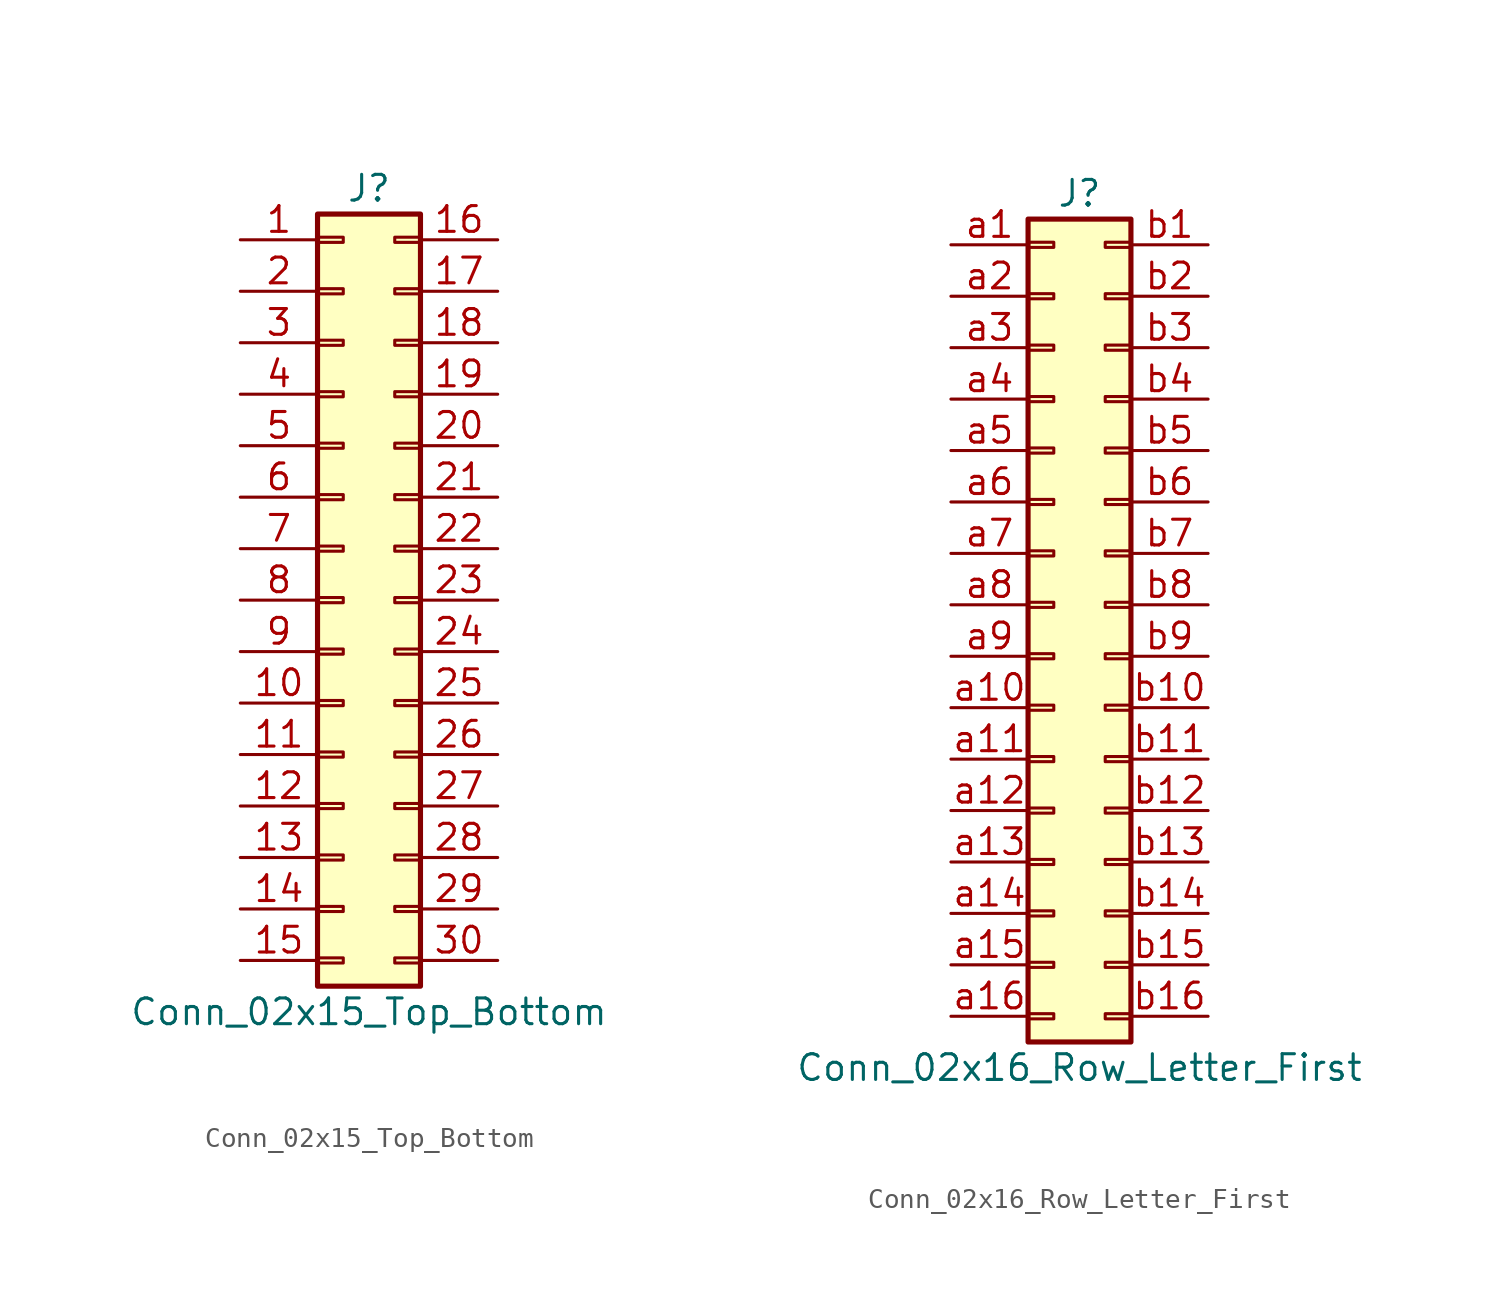
<source format=kicad_sym>
(kicad_symbol_lib
  (version 20211014)
  (generator kicad_symbol_editor)
  (symbol "Conn_02x15_Top_Bottom"
    (pin_names
      (offset 1.016) hide)
    (property "Reference" "J"
      (at 1.27 20.32 0)
      (effects (font (size 1.27 1.27))))
    (property "Value" "Conn_02x15_Top_Bottom"
      (at 1.27 -20.32 0)
      (effects (font (size 1.27 1.27))))
    (symbol "Conn_02x15_Top_Bottom_1_1"
      (rectangle (start -1.27 -17.653) (end 0 -17.907) (stroke (width 0.152) (type default) (color 0 0 0 0)) (fill (type none)))
      (rectangle (start -1.27 -15.113) (end 0 -15.367) (stroke (width 0.152) (type default) (color 0 0 0 0)) (fill (type none)))
      (rectangle (start -1.27 -12.573) (end 0 -12.827) (stroke (width 0.152) (type default) (color 0 0 0 0)) (fill (type none)))
      (rectangle (start -1.27 -10.033) (end 0 -10.287) (stroke (width 0.152) (type default) (color 0 0 0 0)) (fill (type none)))
      (rectangle (start -1.27 -7.493) (end 0 -7.747) (stroke (width 0.152) (type default) (color 0 0 0 0)) (fill (type none)))
      (rectangle (start -1.27 -4.953) (end 0 -5.207) (stroke (width 0.152) (type default) (color 0 0 0 0)) (fill (type none)))
      (rectangle (start -1.27 -2.413) (end 0 -2.667) (stroke (width 0.152) (type default) (color 0 0 0 0)) (fill (type none)))
      (rectangle (start -1.27 0.127) (end 0 -0.127) (stroke (width 0.152) (type default) (color 0 0 0 0)) (fill (type none)))
      (rectangle (start -1.27 2.667) (end 0 2.413) (stroke (width 0.152) (type default) (color 0 0 0 0)) (fill (type none)))
      (rectangle (start -1.27 5.207) (end 0 4.953) (stroke (width 0.152) (type default) (color 0 0 0 0)) (fill (type none)))
      (rectangle (start -1.27 7.747) (end 0 7.493) (stroke (width 0.152) (type default) (color 0 0 0 0)) (fill (type none)))
      (rectangle (start -1.27 10.287) (end 0 10.033) (stroke (width 0.152) (type default) (color 0 0 0 0)) (fill (type none)))
      (rectangle (start -1.27 12.827) (end 0 12.573) (stroke (width 0.152) (type default) (color 0 0 0 0)) (fill (type none)))
      (rectangle (start -1.27 15.367) (end 0 15.113) (stroke (width 0.152) (type default) (color 0 0 0 0)) (fill (type none)))
      (rectangle (start -1.27 17.907) (end 0 17.653) (stroke (width 0.152) (type default) (color 0 0 0 0)) (fill (type none)))
      (rectangle (start -1.27 19.05) (end 3.81 -19.05) (stroke (width 0.254) (type default) (color 0 0 0 0)) (fill (type background)))
      (rectangle (start 3.81 -17.653) (end 2.54 -17.907) (stroke (width 0.152) (type default) (color 0 0 0 0)) (fill (type none)))
      (rectangle (start 3.81 -15.113) (end 2.54 -15.367) (stroke (width 0.152) (type default) (color 0 0 0 0)) (fill (type none)))
      (rectangle (start 3.81 -12.573) (end 2.54 -12.827) (stroke (width 0.152) (type default) (color 0 0 0 0)) (fill (type none)))
      (rectangle (start 3.81 -10.033) (end 2.54 -10.287) (stroke (width 0.152) (type default) (color 0 0 0 0)) (fill (type none)))
      (rectangle (start 3.81 -7.493) (end 2.54 -7.747) (stroke (width 0.152) (type default) (color 0 0 0 0)) (fill (type none)))
      (rectangle (start 3.81 -4.953) (end 2.54 -5.207) (stroke (width 0.152) (type default) (color 0 0 0 0)) (fill (type none)))
      (rectangle (start 3.81 -2.413) (end 2.54 -2.667) (stroke (width 0.152) (type default) (color 0 0 0 0)) (fill (type none)))
      (rectangle (start 3.81 0.127) (end 2.54 -0.127) (stroke (width 0.152) (type default) (color 0 0 0 0)) (fill (type none)))
      (rectangle (start 3.81 2.667) (end 2.54 2.413) (stroke (width 0.152) (type default) (color 0 0 0 0)) (fill (type none)))
      (rectangle (start 3.81 5.207) (end 2.54 4.953) (stroke (width 0.152) (type default) (color 0 0 0 0)) (fill (type none)))
      (rectangle (start 3.81 7.747) (end 2.54 7.493) (stroke (width 0.152) (type default) (color 0 0 0 0)) (fill (type none)))
      (rectangle (start 3.81 10.287) (end 2.54 10.033) (stroke (width 0.152) (type default) (color 0 0 0 0)) (fill (type none)))
      (rectangle (start 3.81 12.827) (end 2.54 12.573) (stroke (width 0.152) (type default) (color 0 0 0 0)) (fill (type none)))
      (rectangle (start 3.81 15.367) (end 2.54 15.113) (stroke (width 0.152) (type default) (color 0 0 0 0)) (fill (type none)))
      (rectangle (start 3.81 17.907) (end 2.54 17.653) (stroke (width 0.152) (type default) (color 0 0 0 0)) (fill (type none)))
      (pin passive line (at -5.08 17.78 0) (length 3.81) (name "Pin_1" (effects (font (size 1.27 1.27)))) (number "1" (effects (font (size 1.27 1.27)))))
      (pin passive line (at -5.08 -5.08 0) (length 3.81) (name "Pin_10" (effects (font (size 1.27 1.27)))) (number "10" (effects (font (size 1.27 1.27)))))
      (pin passive line (at -5.08 -7.62 0) (length 3.81) (name "Pin_11" (effects (font (size 1.27 1.27)))) (number "11" (effects (font (size 1.27 1.27)))))
      (pin passive line (at -5.08 -10.16 0) (length 3.81) (name "Pin_12" (effects (font (size 1.27 1.27)))) (number "12" (effects (font (size 1.27 1.27)))))
      (pin passive line (at -5.08 -12.7 0) (length 3.81) (name "Pin_13" (effects (font (size 1.27 1.27)))) (number "13" (effects (font (size 1.27 1.27)))))
      (pin passive line (at -5.08 -15.24 0) (length 3.81) (name "Pin_14" (effects (font (size 1.27 1.27)))) (number "14" (effects (font (size 1.27 1.27)))))
      (pin passive line (at -5.08 -17.78 0) (length 3.81) (name "Pin_15" (effects (font (size 1.27 1.27)))) (number "15" (effects (font (size 1.27 1.27)))))
      (pin passive line (at 7.62 17.78 180) (length 3.81) (name "Pin_16" (effects (font (size 1.27 1.27)))) (number "16" (effects (font (size 1.27 1.27)))))
      (pin passive line (at 7.62 15.24 180) (length 3.81) (name "Pin_17" (effects (font (size 1.27 1.27)))) (number "17" (effects (font (size 1.27 1.27)))))
      (pin passive line (at 7.62 12.7 180) (length 3.81) (name "Pin_18" (effects (font (size 1.27 1.27)))) (number "18" (effects (font (size 1.27 1.27)))))
      (pin passive line (at 7.62 10.16 180) (length 3.81) (name "Pin_19" (effects (font (size 1.27 1.27)))) (number "19" (effects (font (size 1.27 1.27)))))
      (pin passive line (at -5.08 15.24 0) (length 3.81) (name "Pin_2" (effects (font (size 1.27 1.27)))) (number "2" (effects (font (size 1.27 1.27)))))
      (pin passive line (at 7.62 7.62 180) (length 3.81) (name "Pin_20" (effects (font (size 1.27 1.27)))) (number "20" (effects (font (size 1.27 1.27)))))
      (pin passive line (at 7.62 5.08 180) (length 3.81) (name "Pin_21" (effects (font (size 1.27 1.27)))) (number "21" (effects (font (size 1.27 1.27)))))
      (pin passive line (at 7.62 2.54 180) (length 3.81) (name "Pin_22" (effects (font (size 1.27 1.27)))) (number "22" (effects (font (size 1.27 1.27)))))
      (pin passive line (at 7.62 0 180) (length 3.81) (name "Pin_23" (effects (font (size 1.27 1.27)))) (number "23" (effects (font (size 1.27 1.27)))))
      (pin passive line (at 7.62 -2.54 180) (length 3.81) (name "Pin_24" (effects (font (size 1.27 1.27)))) (number "24" (effects (font (size 1.27 1.27)))))
      (pin passive line (at 7.62 -5.08 180) (length 3.81) (name "Pin_25" (effects (font (size 1.27 1.27)))) (number "25" (effects (font (size 1.27 1.27)))))
      (pin passive line (at 7.62 -7.62 180) (length 3.81) (name "Pin_26" (effects (font (size 1.27 1.27)))) (number "26" (effects (font (size 1.27 1.27)))))
      (pin passive line (at 7.62 -10.16 180) (length 3.81) (name "Pin_27" (effects (font (size 1.27 1.27)))) (number "27" (effects (font (size 1.27 1.27)))))
      (pin passive line (at 7.62 -12.7 180) (length 3.81) (name "Pin_28" (effects (font (size 1.27 1.27)))) (number "28" (effects (font (size 1.27 1.27)))))
      (pin passive line (at 7.62 -15.24 180) (length 3.81) (name "Pin_29" (effects (font (size 1.27 1.27)))) (number "29" (effects (font (size 1.27 1.27)))))
      (pin passive line (at -5.08 12.7 0) (length 3.81) (name "Pin_3" (effects (font (size 1.27 1.27)))) (number "3" (effects (font (size 1.27 1.27)))))
      (pin passive line (at 7.62 -17.78 180) (length 3.81) (name "Pin_30" (effects (font (size 1.27 1.27)))) (number "30" (effects (font (size 1.27 1.27)))))
      (pin passive line (at -5.08 10.16 0) (length 3.81) (name "Pin_4" (effects (font (size 1.27 1.27)))) (number "4" (effects (font (size 1.27 1.27)))))
      (pin passive line (at -5.08 7.62 0) (length 3.81) (name "Pin_5" (effects (font (size 1.27 1.27)))) (number "5" (effects (font (size 1.27 1.27)))))
      (pin passive line (at -5.08 5.08 0) (length 3.81) (name "Pin_6" (effects (font (size 1.27 1.27)))) (number "6" (effects (font (size 1.27 1.27)))))
      (pin passive line (at -5.08 2.54 0) (length 3.81) (name "Pin_7" (effects (font (size 1.27 1.27)))) (number "7" (effects (font (size 1.27 1.27)))))
      (pin passive line (at -5.08 0 0) (length 3.81) (name "Pin_8" (effects (font (size 1.27 1.27)))) (number "8" (effects (font (size 1.27 1.27)))))
      (pin passive line (at -5.08 -2.54 0) (length 3.81) (name "Pin_9" (effects (font (size 1.27 1.27)))) (number "9" (effects (font (size 1.27 1.27)))))))
  (symbol "Conn_02x16_Row_Letter_First"
    (pin_names
      (offset 1.016) hide)
    (property "Reference" "J"
      (at 1.27 20.32 0)
      (effects (font (size 1.27 1.27))))
    (property "Value" "Conn_02x16_Row_Letter_First"
      (at 1.27 -22.86 0)
      (effects (font (size 1.27 1.27))))
    (symbol "Conn_02x16_Row_Letter_First_1_1"
      (rectangle (start -1.27 -20.193) (end 0 -20.447) (stroke (width 0.152) (type default) (color 0 0 0 0)) (fill (type none)))
      (rectangle (start -1.27 -17.653) (end 0 -17.907) (stroke (width 0.152) (type default) (color 0 0 0 0)) (fill (type none)))
      (rectangle (start -1.27 -15.113) (end 0 -15.367) (stroke (width 0.152) (type default) (color 0 0 0 0)) (fill (type none)))
      (rectangle (start -1.27 -12.573) (end 0 -12.827) (stroke (width 0.152) (type default) (color 0 0 0 0)) (fill (type none)))
      (rectangle (start -1.27 -10.033) (end 0 -10.287) (stroke (width 0.152) (type default) (color 0 0 0 0)) (fill (type none)))
      (rectangle (start -1.27 -7.493) (end 0 -7.747) (stroke (width 0.152) (type default) (color 0 0 0 0)) (fill (type none)))
      (rectangle (start -1.27 -4.953) (end 0 -5.207) (stroke (width 0.152) (type default) (color 0 0 0 0)) (fill (type none)))
      (rectangle (start -1.27 -2.413) (end 0 -2.667) (stroke (width 0.152) (type default) (color 0 0 0 0)) (fill (type none)))
      (rectangle (start -1.27 0.127) (end 0 -0.127) (stroke (width 0.152) (type default) (color 0 0 0 0)) (fill (type none)))
      (rectangle (start -1.27 2.667) (end 0 2.413) (stroke (width 0.152) (type default) (color 0 0 0 0)) (fill (type none)))
      (rectangle (start -1.27 5.207) (end 0 4.953) (stroke (width 0.152) (type default) (color 0 0 0 0)) (fill (type none)))
      (rectangle (start -1.27 7.747) (end 0 7.493) (stroke (width 0.152) (type default) (color 0 0 0 0)) (fill (type none)))
      (rectangle (start -1.27 10.287) (end 0 10.033) (stroke (width 0.152) (type default) (color 0 0 0 0)) (fill (type none)))
      (rectangle (start -1.27 12.827) (end 0 12.573) (stroke (width 0.152) (type default) (color 0 0 0 0)) (fill (type none)))
      (rectangle (start -1.27 15.367) (end 0 15.113) (stroke (width 0.152) (type default) (color 0 0 0 0)) (fill (type none)))
      (rectangle (start -1.27 17.907) (end 0 17.653) (stroke (width 0.152) (type default) (color 0 0 0 0)) (fill (type none)))
      (rectangle (start -1.27 19.05) (end 3.81 -21.59) (stroke (width 0.254) (type default) (color 0 0 0 0)) (fill (type background)))
      (rectangle (start 3.81 -20.193) (end 2.54 -20.447) (stroke (width 0.152) (type default) (color 0 0 0 0)) (fill (type none)))
      (rectangle (start 3.81 -17.653) (end 2.54 -17.907) (stroke (width 0.152) (type default) (color 0 0 0 0)) (fill (type none)))
      (rectangle (start 3.81 -15.113) (end 2.54 -15.367) (stroke (width 0.152) (type default) (color 0 0 0 0)) (fill (type none)))
      (rectangle (start 3.81 -12.573) (end 2.54 -12.827) (stroke (width 0.152) (type default) (color 0 0 0 0)) (fill (type none)))
      (rectangle (start 3.81 -10.033) (end 2.54 -10.287) (stroke (width 0.152) (type default) (color 0 0 0 0)) (fill (type none)))
      (rectangle (start 3.81 -7.493) (end 2.54 -7.747) (stroke (width 0.152) (type default) (color 0 0 0 0)) (fill (type none)))
      (rectangle (start 3.81 -4.953) (end 2.54 -5.207) (stroke (width 0.152) (type default) (color 0 0 0 0)) (fill (type none)))
      (rectangle (start 3.81 -2.413) (end 2.54 -2.667) (stroke (width 0.152) (type default) (color 0 0 0 0)) (fill (type none)))
      (rectangle (start 3.81 0.127) (end 2.54 -0.127) (stroke (width 0.152) (type default) (color 0 0 0 0)) (fill (type none)))
      (rectangle (start 3.81 2.667) (end 2.54 2.413) (stroke (width 0.152) (type default) (color 0 0 0 0)) (fill (type none)))
      (rectangle (start 3.81 5.207) (end 2.54 4.953) (stroke (width 0.152) (type default) (color 0 0 0 0)) (fill (type none)))
      (rectangle (start 3.81 7.747) (end 2.54 7.493) (stroke (width 0.152) (type default) (color 0 0 0 0)) (fill (type none)))
      (rectangle (start 3.81 10.287) (end 2.54 10.033) (stroke (width 0.152) (type default) (color 0 0 0 0)) (fill (type none)))
      (rectangle (start 3.81 12.827) (end 2.54 12.573) (stroke (width 0.152) (type default) (color 0 0 0 0)) (fill (type none)))
      (rectangle (start 3.81 15.367) (end 2.54 15.113) (stroke (width 0.152) (type default) (color 0 0 0 0)) (fill (type none)))
      (rectangle (start 3.81 17.907) (end 2.54 17.653) (stroke (width 0.152) (type default) (color 0 0 0 0)) (fill (type none)))
      (pin passive line (at -5.08 17.78 0) (length 3.81) (name "Pin_a1" (effects (font (size 1.27 1.27)))) (number "a1" (effects (font (size 1.27 1.27)))))
      (pin passive line (at -5.08 -5.08 0) (length 3.81) (name "Pin_a10" (effects (font (size 1.27 1.27)))) (number "a10" (effects (font (size 1.27 1.27)))))
      (pin passive line (at -5.08 -7.62 0) (length 3.81) (name "Pin_a11" (effects (font (size 1.27 1.27)))) (number "a11" (effects (font (size 1.27 1.27)))))
      (pin passive line (at -5.08 -10.16 0) (length 3.81) (name "Pin_a12" (effects (font (size 1.27 1.27)))) (number "a12" (effects (font (size 1.27 1.27)))))
      (pin passive line (at -5.08 -12.7 0) (length 3.81) (name "Pin_a13" (effects (font (size 1.27 1.27)))) (number "a13" (effects (font (size 1.27 1.27)))))
      (pin passive line (at -5.08 -15.24 0) (length 3.81) (name "Pin_a14" (effects (font (size 1.27 1.27)))) (number "a14" (effects (font (size 1.27 1.27)))))
      (pin passive line (at -5.08 -17.78 0) (length 3.81) (name "Pin_a15" (effects (font (size 1.27 1.27)))) (number "a15" (effects (font (size 1.27 1.27)))))
      (pin passive line (at -5.08 -20.32 0) (length 3.81) (name "Pin_a16" (effects (font (size 1.27 1.27)))) (number "a16" (effects (font (size 1.27 1.27)))))
      (pin passive line (at -5.08 15.24 0) (length 3.81) (name "Pin_a2" (effects (font (size 1.27 1.27)))) (number "a2" (effects (font (size 1.27 1.27)))))
      (pin passive line (at -5.08 12.7 0) (length 3.81) (name "Pin_a3" (effects (font (size 1.27 1.27)))) (number "a3" (effects (font (size 1.27 1.27)))))
      (pin passive line (at -5.08 10.16 0) (length 3.81) (name "Pin_a4" (effects (font (size 1.27 1.27)))) (number "a4" (effects (font (size 1.27 1.27)))))
      (pin passive line (at -5.08 7.62 0) (length 3.81) (name "Pin_a5" (effects (font (size 1.27 1.27)))) (number "a5" (effects (font (size 1.27 1.27)))))
      (pin passive line (at -5.08 5.08 0) (length 3.81) (name "Pin_a6" (effects (font (size 1.27 1.27)))) (number "a6" (effects (font (size 1.27 1.27)))))
      (pin passive line (at -5.08 2.54 0) (length 3.81) (name "Pin_a7" (effects (font (size 1.27 1.27)))) (number "a7" (effects (font (size 1.27 1.27)))))
      (pin passive line (at -5.08 0 0) (length 3.81) (name "Pin_a8" (effects (font (size 1.27 1.27)))) (number "a8" (effects (font (size 1.27 1.27)))))
      (pin passive line (at -5.08 -2.54 0) (length 3.81) (name "Pin_a9" (effects (font (size 1.27 1.27)))) (number "a9" (effects (font (size 1.27 1.27)))))
      (pin passive line (at 7.62 17.78 180) (length 3.81) (name "Pin_b1" (effects (font (size 1.27 1.27)))) (number "b1" (effects (font (size 1.27 1.27)))))
      (pin passive line (at 7.62 -5.08 180) (length 3.81) (name "Pin_b10" (effects (font (size 1.27 1.27)))) (number "b10" (effects (font (size 1.27 1.27)))))
      (pin passive line (at 7.62 -7.62 180) (length 3.81) (name "Pin_b11" (effects (font (size 1.27 1.27)))) (number "b11" (effects (font (size 1.27 1.27)))))
      (pin passive line (at 7.62 -10.16 180) (length 3.81) (name "Pin_b12" (effects (font (size 1.27 1.27)))) (number "b12" (effects (font (size 1.27 1.27)))))
      (pin passive line (at 7.62 -12.7 180) (length 3.81) (name "Pin_b13" (effects (font (size 1.27 1.27)))) (number "b13" (effects (font (size 1.27 1.27)))))
      (pin passive line (at 7.62 -15.24 180) (length 3.81) (name "Pin_b14" (effects (font (size 1.27 1.27)))) (number "b14" (effects (font (size 1.27 1.27)))))
      (pin passive line (at 7.62 -17.78 180) (length 3.81) (name "Pin_b15" (effects (font (size 1.27 1.27)))) (number "b15" (effects (font (size 1.27 1.27)))))
      (pin passive line (at 7.62 -20.32 180) (length 3.81) (name "Pin_b16" (effects (font (size 1.27 1.27)))) (number "b16" (effects (font (size 1.27 1.27)))))
      (pin passive line (at 7.62 15.24 180) (length 3.81) (name "Pin_b2" (effects (font (size 1.27 1.27)))) (number "b2" (effects (font (size 1.27 1.27)))))
      (pin passive line (at 7.62 12.7 180) (length 3.81) (name "Pin_b3" (effects (font (size 1.27 1.27)))) (number "b3" (effects (font (size 1.27 1.27)))))
      (pin passive line (at 7.62 10.16 180) (length 3.81) (name "Pin_b4" (effects (font (size 1.27 1.27)))) (number "b4" (effects (font (size 1.27 1.27)))))
      (pin passive line (at 7.62 7.62 180) (length 3.81) (name "Pin_b5" (effects (font (size 1.27 1.27)))) (number "b5" (effects (font (size 1.27 1.27)))))
      (pin passive line (at 7.62 5.08 180) (length 3.81) (name "Pin_b6" (effects (font (size 1.27 1.27)))) (number "b6" (effects (font (size 1.27 1.27)))))
      (pin passive line (at 7.62 2.54 180) (length 3.81) (name "Pin_b7" (effects (font (size 1.27 1.27)))) (number "b7" (effects (font (size 1.27 1.27)))))
      (pin passive line (at 7.62 0 180) (length 3.81) (name "Pin_b8" (effects (font (size 1.27 1.27)))) (number "b8" (effects (font (size 1.27 1.27)))))
      (pin passive line (at 7.62 -2.54 180) (length 3.81) (name "Pin_b9" (effects (font (size 1.27 1.27)))) (number "b9" (effects (font (size 1.27 1.27))))))))
</source>
